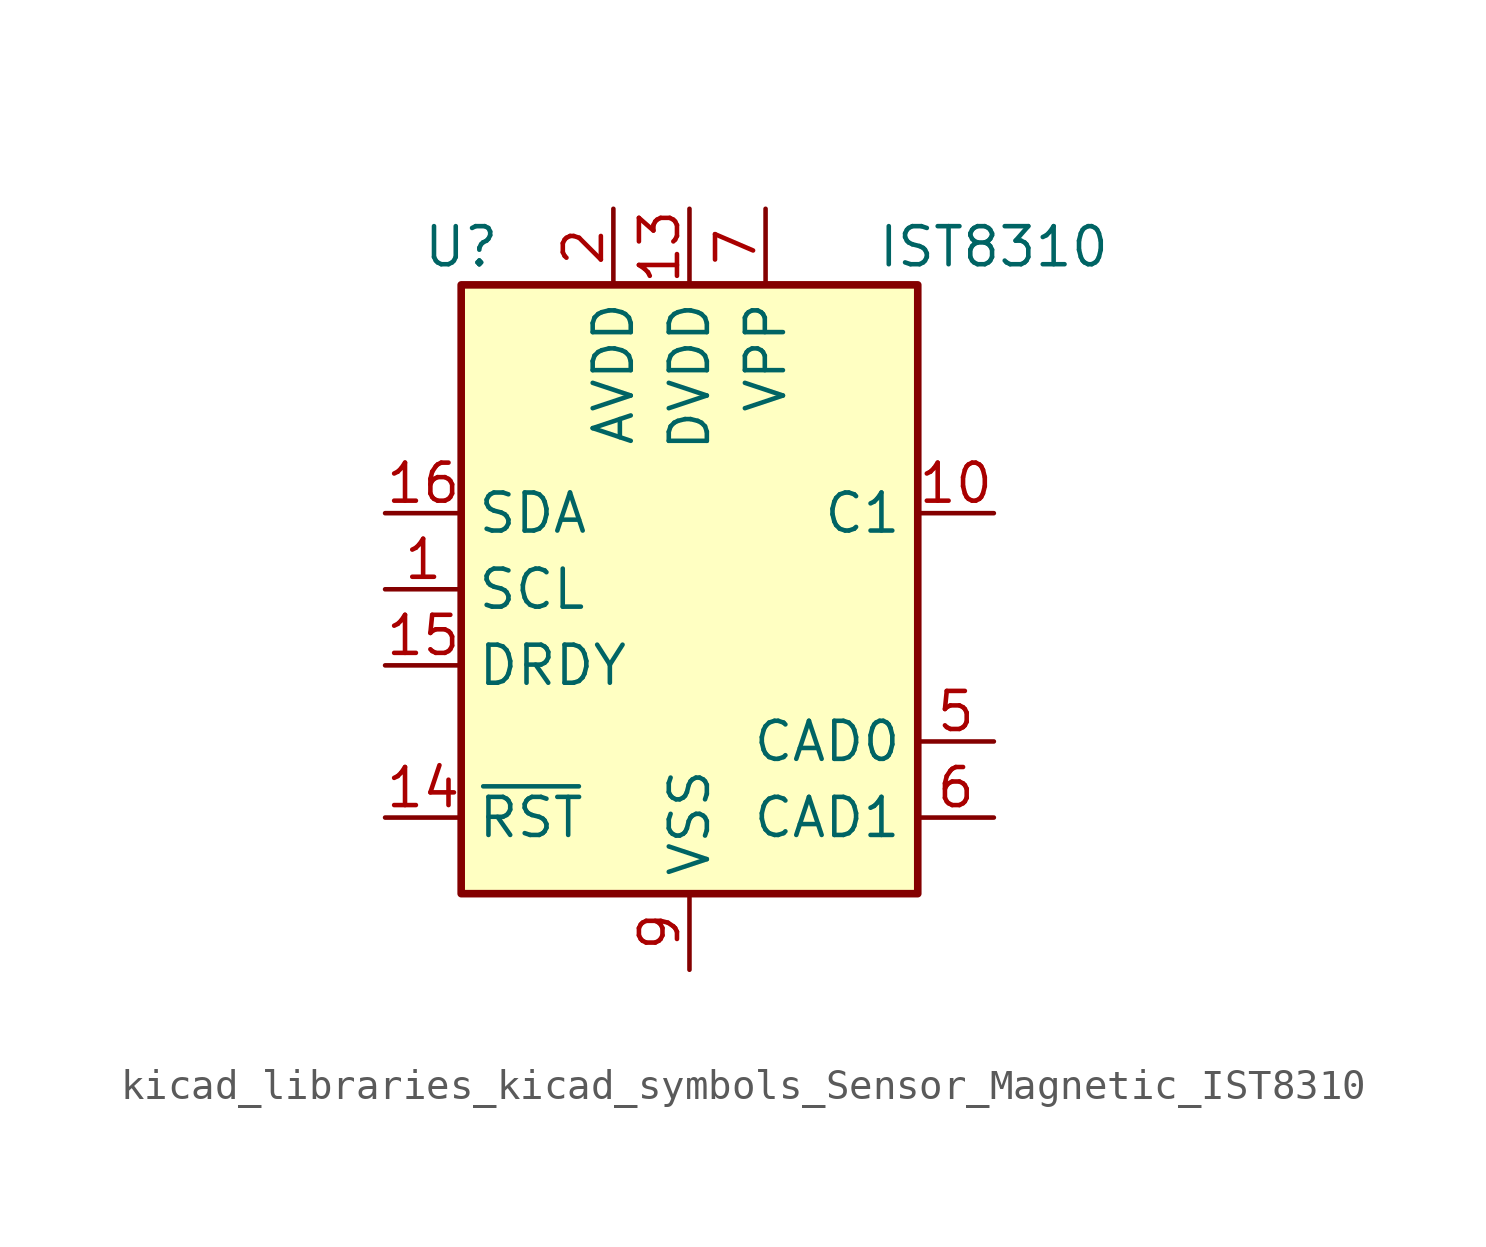
<source format=kicad_sym>
(kicad_symbol_lib
  (version 20220914)
  (generator kicad_symbol_editor)
  (symbol "kicad_libraries_kicad_symbols_Sensor_Magnetic_IST8310"
    (property "Reference" "U"
      (at -7.62 11.43 0)
      (effects (font (size 1.27 1.27))))
    (property "Value" "IST8310"
      (at 10.16 11.43 0)
      (effects (font (size 1.27 1.27))))
    (symbol "kicad_libraries_kicad_symbols_Sensor_Magnetic_IST8310_0_1"
      (rectangle (start -7.62 10.16) (end 7.62 -10.16) (stroke (width 0.254) (type default)) (fill (type background))))
    (symbol "kicad_libraries_kicad_symbols_Sensor_Magnetic_IST8310_1_1"
      (pin input line (at -10.16 0 0) (length 2.54) (name "SCL" (effects (font (size 1.27 1.27)))) (number "1" (effects (font (size 1.27 1.27)))))
      (pin passive line (at 10.16 2.54 180) (length 2.54) (name "C1" (effects (font (size 1.27 1.27)))) (number "10" (effects (font (size 1.27 1.27)))))
      (pin passive line (at 0 -12.7 90) (length 2.54) hide (name "VSS" (effects (font (size 1.27 1.27)))) (number "11" (effects (font (size 1.27 1.27)))))
      (pin no_connect line (at 7.62 7.62 180) (length 2.54) hide (name "NC" (effects (font (size 1.27 1.27)))) (number "12" (effects (font (size 1.27 1.27)))))
      (pin power_in line (at 0 12.7 270) (length 2.54) (name "DVDD" (effects (font (size 1.27 1.27)))) (number "13" (effects (font (size 1.27 1.27)))))
      (pin input line (at -10.16 -7.62 0) (length 2.54) (name "~{RST}" (effects (font (size 1.27 1.27)))) (number "14" (effects (font (size 1.27 1.27)))))
      (pin output line (at -10.16 -2.54 0) (length 2.54) (name "DRDY" (effects (font (size 1.27 1.27)))) (number "15" (effects (font (size 1.27 1.27)))))
      (pin bidirectional line (at -10.16 2.54 0) (length 2.54) (name "SDA" (effects (font (size 1.27 1.27)))) (number "16" (effects (font (size 1.27 1.27)))))
      (pin power_in line (at -2.54 12.7 270) (length 2.54) (name "AVDD" (effects (font (size 1.27 1.27)))) (number "2" (effects (font (size 1.27 1.27)))))
      (pin no_connect line (at -7.62 7.62 0) (length 2.54) hide (name "NC" (effects (font (size 1.27 1.27)))) (number "3" (effects (font (size 1.27 1.27)))))
      (pin no_connect line (at -7.62 5.08 0) (length 2.54) hide (name "NC" (effects (font (size 1.27 1.27)))) (number "4" (effects (font (size 1.27 1.27)))))
      (pin input line (at 10.16 -5.08 180) (length 2.54) (name "CAD0" (effects (font (size 1.27 1.27)))) (number "5" (effects (font (size 1.27 1.27)))))
      (pin input line (at 10.16 -7.62 180) (length 2.54) (name "CAD1" (effects (font (size 1.27 1.27)))) (number "6" (effects (font (size 1.27 1.27)))))
      (pin passive line (at 2.54 12.7 270) (length 2.54) (name "VPP" (effects (font (size 1.27 1.27)))) (number "7" (effects (font (size 1.27 1.27)))))
      (pin no_connect line (at 7.62 5.08 180) (length 2.54) hide (name "NC" (effects (font (size 1.27 1.27)))) (number "8" (effects (font (size 1.27 1.27)))))
      (pin power_in line (at 0 -12.7 90) (length 2.54) (name "VSS" (effects (font (size 1.27 1.27)))) (number "9" (effects (font (size 1.27 1.27))))))))
</source>
